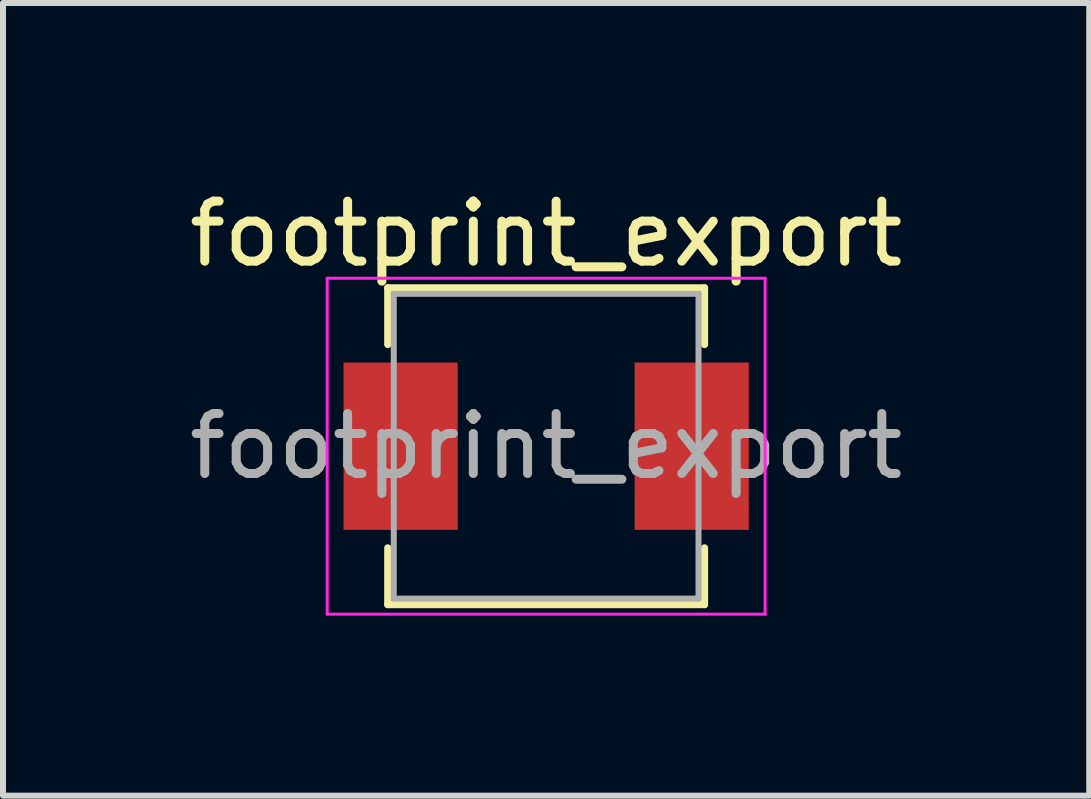
<source format=kicad_pcb>
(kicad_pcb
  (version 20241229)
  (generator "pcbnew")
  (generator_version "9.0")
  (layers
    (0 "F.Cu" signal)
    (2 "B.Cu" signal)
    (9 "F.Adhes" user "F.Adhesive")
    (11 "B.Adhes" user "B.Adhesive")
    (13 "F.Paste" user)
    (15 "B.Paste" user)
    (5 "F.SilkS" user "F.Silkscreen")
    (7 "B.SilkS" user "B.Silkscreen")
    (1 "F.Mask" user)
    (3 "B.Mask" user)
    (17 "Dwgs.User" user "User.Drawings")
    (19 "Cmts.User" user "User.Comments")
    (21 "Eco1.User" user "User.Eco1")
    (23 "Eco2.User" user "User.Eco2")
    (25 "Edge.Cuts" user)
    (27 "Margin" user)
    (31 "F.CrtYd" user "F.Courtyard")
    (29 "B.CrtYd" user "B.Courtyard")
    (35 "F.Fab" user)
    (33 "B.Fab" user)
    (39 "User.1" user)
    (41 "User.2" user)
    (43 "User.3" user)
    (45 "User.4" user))
  (footprint "footprint_export"
    (layer "F.Cu")
    (at 6.054 4.388)
    (property "Reference" "footprint_export" (at 0 -3.54 0) (layer "F.SilkS") (effects (font (size 1 1) (thickness 0.15))))
    (attr smd)
    (fp_line (start -2.64 -2.64) (end 2.64 -2.64) (stroke (width 0.12) (type solid)) (layer "F.SilkS"))
    (fp_line (start -2.64 -1.695) (end -2.64 -2.64) (stroke (width 0.12) (type solid)) (layer "F.SilkS"))
    (fp_line (start -2.64 1.695) (end -2.64 2.64) (stroke (width 0.12) (type solid)) (layer "F.SilkS"))
    (fp_line (start -2.64 2.64) (end 2.64 2.64) (stroke (width 0.12) (type solid)) (layer "F.SilkS"))
    (fp_line (start 2.64 -2.64) (end 2.64 -1.695) (stroke (width 0.12) (type solid)) (layer "F.SilkS"))
    (fp_line (start 2.64 2.64) (end 2.64 1.695) (stroke (width 0.12) (type solid)) (layer "F.SilkS"))
    (fp_line (start -3.65 -2.8) (end -3.65 2.8) (stroke (width 0.05) (type solid)) (layer "F.CrtYd"))
    (fp_line (start -3.65 2.8) (end 3.65 2.8) (stroke (width 0.05) (type solid)) (layer "F.CrtYd"))
    (fp_line (start 3.65 -2.8) (end -3.65 -2.8) (stroke (width 0.05) (type solid)) (layer "F.CrtYd"))
    (fp_line (start 3.65 2.8) (end 3.65 -2.8) (stroke (width 0.05) (type solid)) (layer "F.CrtYd"))
    (fp_line (start -2.54 -2.54) (end -2.54 2.54) (stroke (width 0.1) (type solid)) (layer "F.Fab"))
    (fp_line (start -2.54 2.54) (end 2.54 2.54) (stroke (width 0.1) (type solid)) (layer "F.Fab"))
    (fp_line (start 2.54 -2.54) (end -2.54 -2.54) (stroke (width 0.1) (type solid)) (layer "F.Fab"))
    (fp_line (start 2.54 2.54) (end 2.54 -2.54) (stroke (width 0.1) (type solid)) (layer "F.Fab"))
    (fp_text user "${REFERENCE}" (at 0 0 0) (layer "F.Fab") (effects (font (size 1 1) (thickness 0.15))))
    (pad "1" smd rect (at -2.426 0) (size 1.903 2.79) (layers "F.Cu" "F.Mask" "F.Paste"))
    (pad "2" smd rect (at 2.426 0) (size 1.903 2.79) (layers "F.Cu" "F.Mask" "F.Paste")))
  (gr_rect
    (start -3 -3)
    (end 15.107 10.213)
    (stroke (width 0.1) (type default))
    (fill no)
    (layer "Edge.Cuts")))
</source>
